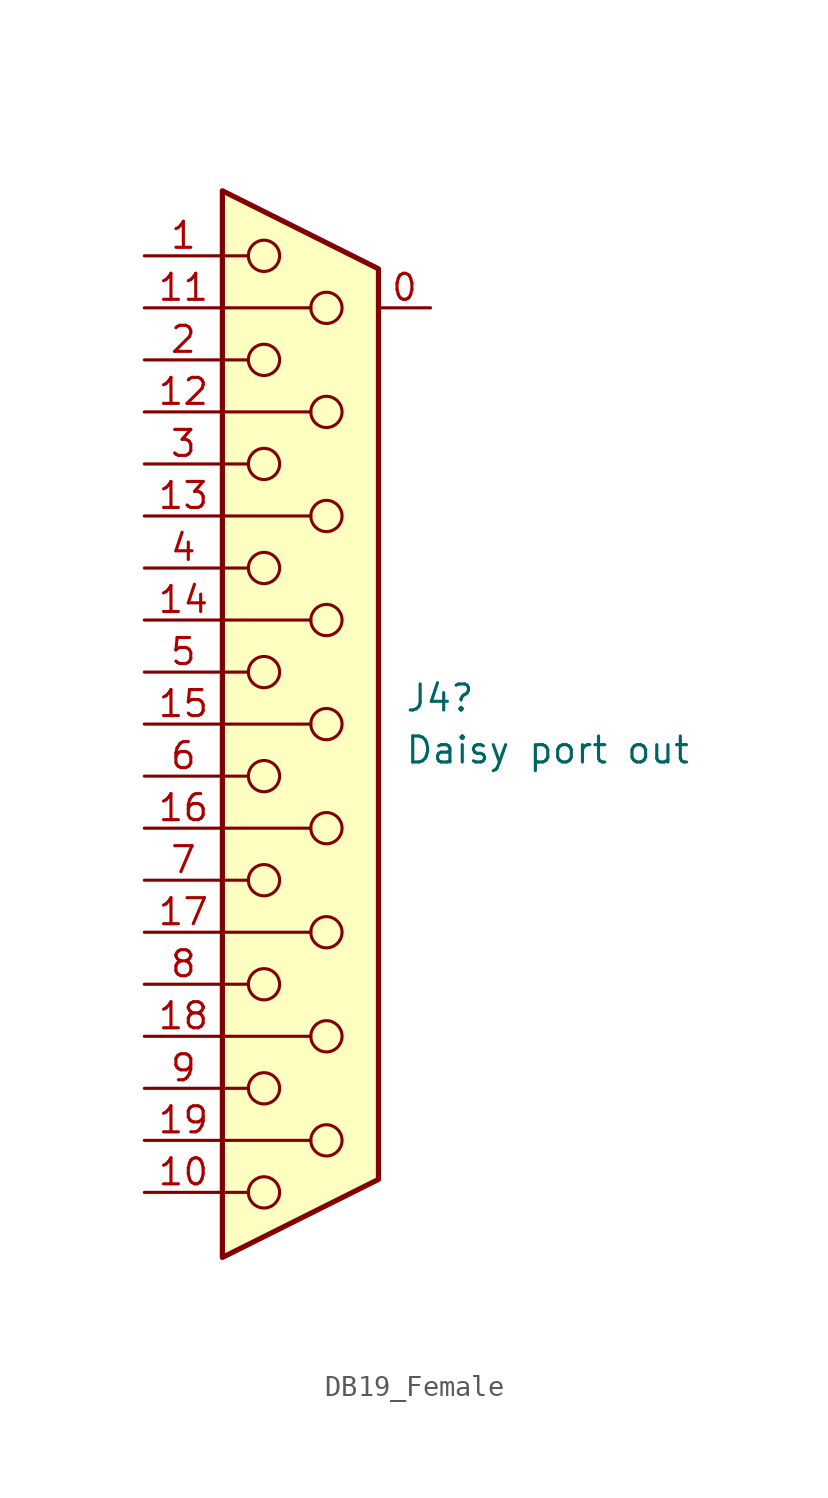
<source format=kicad_sym>
(kicad_symbol_lib
  (version 20220914)
  (generator kicad_symbol_editor)
  (symbol "DB19_Female"
    (pin_names
      (offset 1.016) hide)
    (property "Reference" "J4"
      (at 5.08 1.27 0)
      (effects (font (size 1.27 1.27)) (justify left)))
    (property "Value" "Daisy port out"
      (at 5.08 -1.27 0)
      (effects (font (size 1.27 1.27)) (justify left)))
    (symbol "DB19_Female_0_1"
      (circle (center -1.778 -22.86) (radius 0.762) (stroke (width 0) (type solid)) (fill (type none)))
      (circle (center -1.778 -17.78) (radius 0.762) (stroke (width 0) (type solid)) (fill (type none)))
      (circle (center -1.778 -12.7) (radius 0.762) (stroke (width 0) (type solid)) (fill (type none)))
      (circle (center -1.778 -7.62) (radius 0.762) (stroke (width 0) (type solid)) (fill (type none)))
      (circle (center -1.778 -2.54) (radius 0.762) (stroke (width 0) (type solid)) (fill (type none)))
      (circle (center -1.778 2.54) (radius 0.762) (stroke (width 0) (type solid)) (fill (type none)))
      (circle (center -1.778 7.62) (radius 0.762) (stroke (width 0) (type solid)) (fill (type none)))
      (circle (center -1.778 12.7) (radius 0.762) (stroke (width 0) (type solid)) (fill (type none)))
      (circle (center -1.778 17.78) (radius 0.762) (stroke (width 0) (type solid)) (fill (type none)))
      (circle (center -1.778 22.86) (radius 0.762) (stroke (width 0) (type solid)) (fill (type none)))
      (polyline (pts (xy -3.81 -22.86) (xy -2.54 -22.86)) (stroke (width 0) (type solid)) (fill (type none)))
      (polyline (pts (xy -3.81 -20.32) (xy 0.508 -20.32)) (stroke (width 0) (type solid)) (fill (type none)))
      (polyline (pts (xy -3.81 -17.78) (xy -2.54 -17.78)) (stroke (width 0) (type solid)) (fill (type none)))
      (polyline (pts (xy -3.81 -15.24) (xy 0.508 -15.24)) (stroke (width 0) (type solid)) (fill (type none)))
      (polyline (pts (xy -3.81 -12.7) (xy -2.54 -12.7)) (stroke (width 0) (type solid)) (fill (type none)))
      (polyline (pts (xy -3.81 -10.16) (xy 0.508 -10.16)) (stroke (width 0) (type solid)) (fill (type none)))
      (polyline (pts (xy -3.81 -7.62) (xy -2.54 -7.62)) (stroke (width 0) (type solid)) (fill (type none)))
      (polyline (pts (xy -3.81 -5.08) (xy 0.508 -5.08)) (stroke (width 0) (type solid)) (fill (type none)))
      (polyline (pts (xy -3.81 -2.54) (xy -2.54 -2.54)) (stroke (width 0) (type solid)) (fill (type none)))
      (polyline (pts (xy -3.81 0) (xy 0.508 0)) (stroke (width 0) (type solid)) (fill (type none)))
      (polyline (pts (xy -3.81 2.54) (xy -2.54 2.54)) (stroke (width 0) (type solid)) (fill (type none)))
      (polyline (pts (xy -3.81 5.08) (xy 0.508 5.08)) (stroke (width 0) (type solid)) (fill (type none)))
      (polyline (pts (xy -3.81 7.62) (xy -2.54 7.62)) (stroke (width 0) (type solid)) (fill (type none)))
      (polyline (pts (xy -3.81 10.16) (xy 0.508 10.16)) (stroke (width 0) (type solid)) (fill (type none)))
      (polyline (pts (xy -3.81 12.7) (xy -2.54 12.7)) (stroke (width 0) (type solid)) (fill (type none)))
      (polyline (pts (xy -3.81 15.24) (xy 0.508 15.24)) (stroke (width 0) (type solid)) (fill (type none)))
      (polyline (pts (xy -3.81 17.78) (xy -2.54 17.78)) (stroke (width 0) (type solid)) (fill (type none)))
      (polyline (pts (xy -3.81 20.32) (xy 0.508 20.32)) (stroke (width 0) (type solid)) (fill (type none)))
      (polyline (pts (xy -3.81 22.86) (xy -2.54 22.86)) (stroke (width 0) (type solid)) (fill (type none)))
      (polyline (pts (xy -3.81 26.035) (xy 3.81 22.225) (xy 3.81 -22.225) (xy -3.81 -26.035) (xy -3.81 26.035)) (stroke (width 0.254) (type solid)) (fill (type background)))
      (circle (center 1.27 -20.32) (radius 0.762) (stroke (width 0) (type solid)) (fill (type none)))
      (circle (center 1.27 -15.24) (radius 0.762) (stroke (width 0) (type solid)) (fill (type none)))
      (circle (center 1.27 -10.16) (radius 0.762) (stroke (width 0) (type solid)) (fill (type none)))
      (circle (center 1.27 -5.08) (radius 0.762) (stroke (width 0) (type solid)) (fill (type none)))
      (circle (center 1.27 0) (radius 0.762) (stroke (width 0) (type solid)) (fill (type none)))
      (circle (center 1.27 5.08) (radius 0.762) (stroke (width 0) (type solid)) (fill (type none)))
      (circle (center 1.27 10.16) (radius 0.762) (stroke (width 0) (type solid)) (fill (type none)))
      (circle (center 1.27 15.24) (radius 0.762) (stroke (width 0) (type solid)) (fill (type none)))
      (circle (center 1.27 20.32) (radius 0.762) (stroke (width 0) (type solid)) (fill (type none))))
    (symbol "DB19_Female_1_1"
      (pin input line (at 6.35 20.32 180) (length 2.54) (name "0" (effects (font (size 1.27 1.27)))) (number "0" (effects (font (size 1.27 1.27)))))
      (pin passive line (at -7.62 22.86 0) (length 3.81) (name "1" (effects (font (size 1.27 1.27)))) (number "1" (effects (font (size 1.27 1.27)))))
      (pin passive line (at -7.62 -22.86 0) (length 3.81) (name "10" (effects (font (size 1.27 1.27)))) (number "10" (effects (font (size 1.27 1.27)))))
      (pin passive line (at -7.62 20.32 0) (length 3.81) (name "P11" (effects (font (size 1.27 1.27)))) (number "11" (effects (font (size 1.27 1.27)))))
      (pin passive line (at -7.62 15.24 0) (length 3.81) (name "P12" (effects (font (size 1.27 1.27)))) (number "12" (effects (font (size 1.27 1.27)))))
      (pin passive line (at -7.62 10.16 0) (length 3.81) (name "P13" (effects (font (size 1.27 1.27)))) (number "13" (effects (font (size 1.27 1.27)))))
      (pin passive line (at -7.62 5.08 0) (length 3.81) (name "P14" (effects (font (size 1.27 1.27)))) (number "14" (effects (font (size 1.27 1.27)))))
      (pin passive line (at -7.62 0 0) (length 3.81) (name "P15" (effects (font (size 1.27 1.27)))) (number "15" (effects (font (size 1.27 1.27)))))
      (pin passive line (at -7.62 -5.08 0) (length 3.81) (name "P16" (effects (font (size 1.27 1.27)))) (number "16" (effects (font (size 1.27 1.27)))))
      (pin passive line (at -7.62 -10.16 0) (length 3.81) (name "P17" (effects (font (size 1.27 1.27)))) (number "17" (effects (font (size 1.27 1.27)))))
      (pin passive line (at -7.62 -15.24 0) (length 3.81) (name "P18" (effects (font (size 1.27 1.27)))) (number "18" (effects (font (size 1.27 1.27)))))
      (pin passive line (at -7.62 -20.32 0) (length 3.81) (name "P19" (effects (font (size 1.27 1.27)))) (number "19" (effects (font (size 1.27 1.27)))))
      (pin passive line (at -7.62 17.78 0) (length 3.81) (name "2" (effects (font (size 1.27 1.27)))) (number "2" (effects (font (size 1.27 1.27)))))
      (pin passive line (at -7.62 12.7 0) (length 3.81) (name "3" (effects (font (size 1.27 1.27)))) (number "3" (effects (font (size 1.27 1.27)))))
      (pin passive line (at -7.62 7.62 0) (length 3.81) (name "4" (effects (font (size 1.27 1.27)))) (number "4" (effects (font (size 1.27 1.27)))))
      (pin passive line (at -7.62 2.54 0) (length 3.81) (name "5" (effects (font (size 1.27 1.27)))) (number "5" (effects (font (size 1.27 1.27)))))
      (pin passive line (at -7.62 -2.54 0) (length 3.81) (name "6" (effects (font (size 1.27 1.27)))) (number "6" (effects (font (size 1.27 1.27)))))
      (pin passive line (at -7.62 -7.62 0) (length 3.81) (name "7" (effects (font (size 1.27 1.27)))) (number "7" (effects (font (size 1.27 1.27)))))
      (pin passive line (at -7.62 -12.7 0) (length 3.81) (name "8" (effects (font (size 1.27 1.27)))) (number "8" (effects (font (size 1.27 1.27)))))
      (pin passive line (at -7.62 -17.78 0) (length 3.81) (name "9" (effects (font (size 1.27 1.27)))) (number "9" (effects (font (size 1.27 1.27))))))))
</source>
